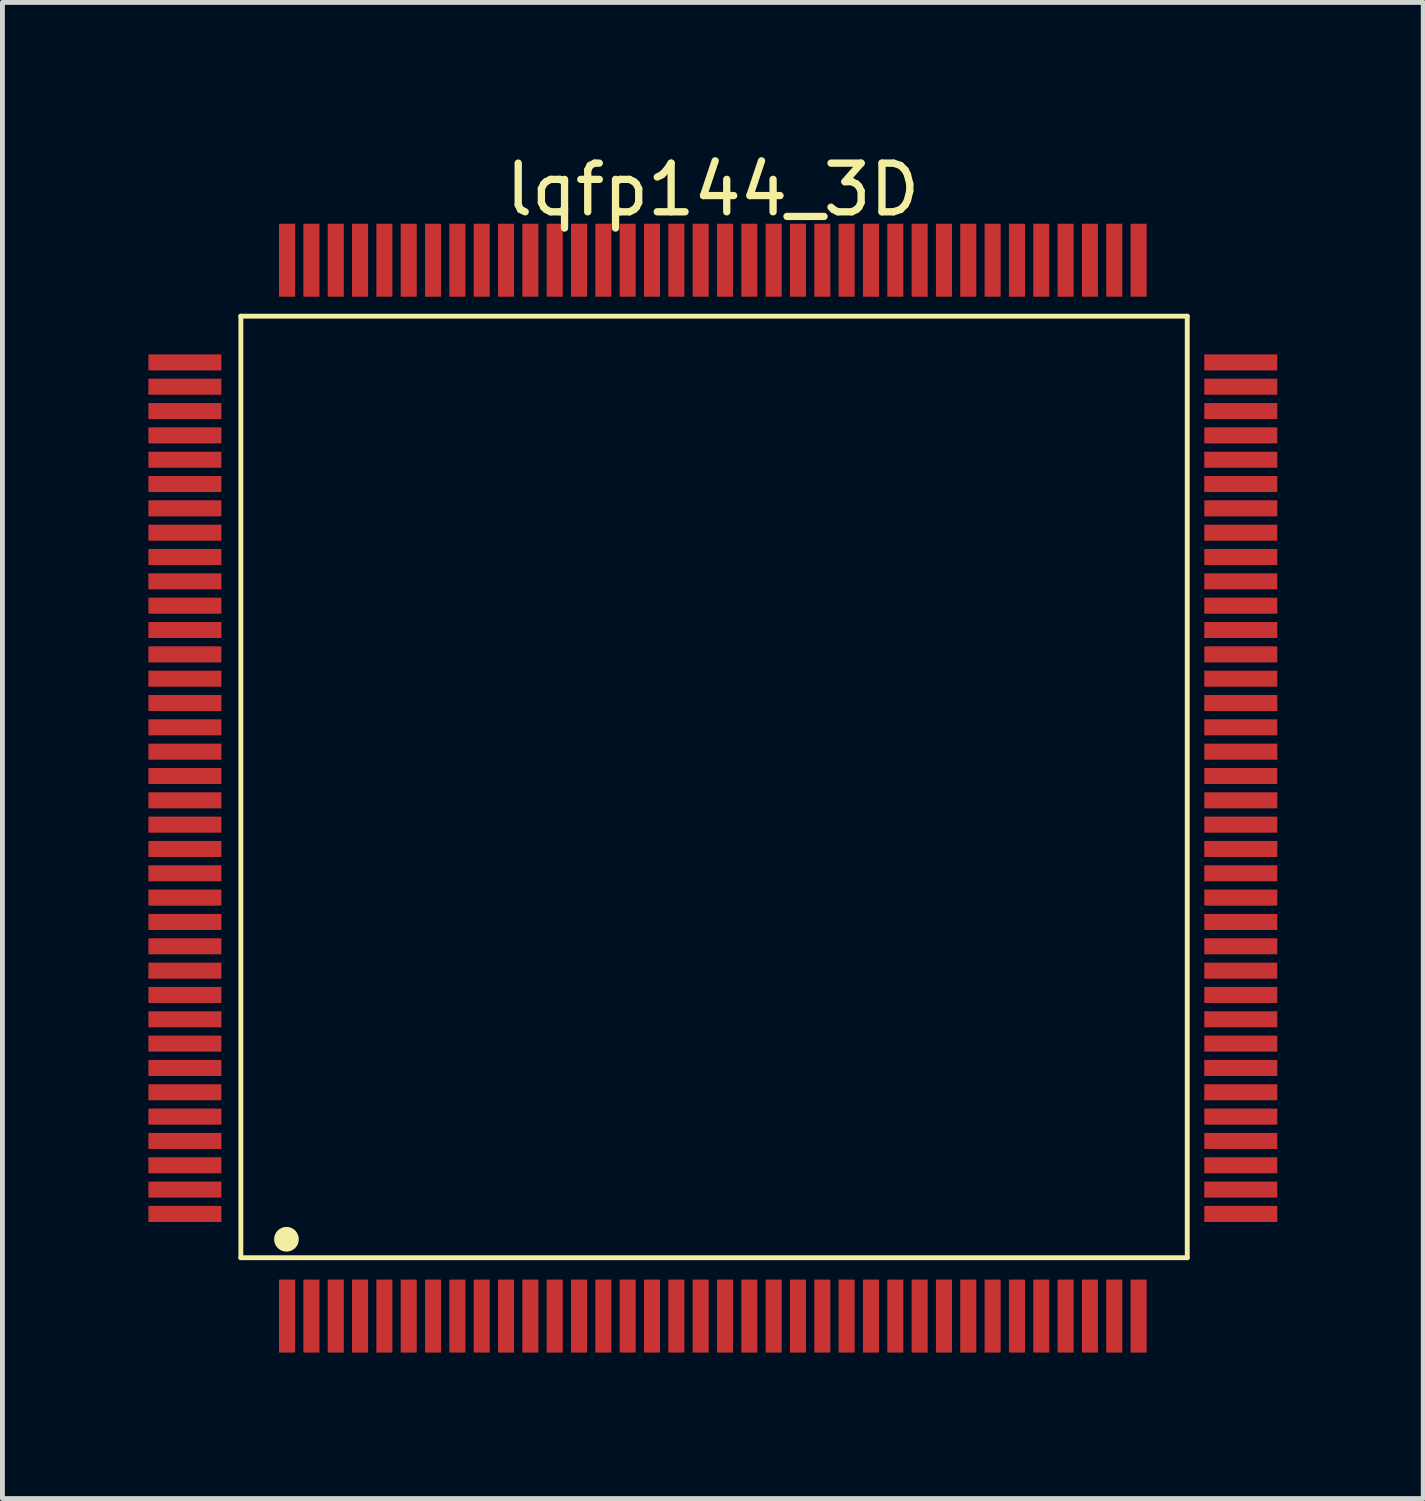
<source format=kicad_pcb>
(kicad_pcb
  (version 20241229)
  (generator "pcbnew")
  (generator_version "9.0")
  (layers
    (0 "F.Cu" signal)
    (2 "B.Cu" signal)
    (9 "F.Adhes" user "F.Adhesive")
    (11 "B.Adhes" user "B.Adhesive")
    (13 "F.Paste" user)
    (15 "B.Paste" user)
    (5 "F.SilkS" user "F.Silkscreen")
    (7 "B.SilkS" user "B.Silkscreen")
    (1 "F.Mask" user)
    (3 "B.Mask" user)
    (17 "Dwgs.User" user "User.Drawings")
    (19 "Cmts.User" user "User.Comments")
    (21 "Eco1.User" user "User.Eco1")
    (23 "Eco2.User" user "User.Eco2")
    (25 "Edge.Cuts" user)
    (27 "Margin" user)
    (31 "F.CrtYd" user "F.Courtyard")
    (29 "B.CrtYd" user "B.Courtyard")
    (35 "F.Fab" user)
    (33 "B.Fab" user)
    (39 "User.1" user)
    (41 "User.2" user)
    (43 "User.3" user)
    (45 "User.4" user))
  (footprint "lqfp144_3D"
    (layer "F.Cu")
    (at 11.6 13.148)
    (property "Reference" "lqfp144_3D" (at 0 -12.3 0) (layer "F.SilkS") (effects (font (size 1 1) (thickness 0.15))))
    (fp_line (start -9.7 -9.7) (end 9.75 -9.7) (stroke (width 0.1) (type solid)) (layer "F.SilkS"))
    (fp_line (start -9.7 9.65) (end -9.7 -9.7) (stroke (width 0.1) (type solid)) (layer "F.SilkS"))
    (fp_line (start -9.7 9.65) (end 9.75 9.65) (stroke (width 0.1) (type solid)) (layer "F.SilkS"))
    (fp_line (start 9.75 9.65) (end 9.75 -9.7) (stroke (width 0.1) (type solid)) (layer "F.SilkS"))
    (fp_circle (center -8.763 9.271) (end -8.763 9.144) (stroke (width 0.254) (type solid)) (fill no) (layer "F.SilkS"))
    (pad "1" smd rect (at -8.75 10.85) (size 0.33 1.5) (layers "F.Cu" "F.Mask" "F.Paste"))
    (pad "2" smd rect (at -8.25 10.85) (size 0.33 1.5) (layers "F.Cu" "F.Mask" "F.Paste"))
    (pad "3" smd rect (at -7.75 10.85) (size 0.33 1.5) (layers "F.Cu" "F.Mask" "F.Paste"))
    (pad "4" smd rect (at -7.25 10.85) (size 0.33 1.5) (layers "F.Cu" "F.Mask" "F.Paste"))
    (pad "5" smd rect (at -6.75 10.85) (size 0.33 1.5) (layers "F.Cu" "F.Mask" "F.Paste"))
    (pad "6" smd rect (at -6.25 10.85) (size 0.33 1.5) (layers "F.Cu" "F.Mask" "F.Paste"))
    (pad "7" smd rect (at -5.75 10.85) (size 0.33 1.5) (layers "F.Cu" "F.Mask" "F.Paste"))
    (pad "8" smd rect (at -5.25 10.85) (size 0.33 1.5) (layers "F.Cu" "F.Mask" "F.Paste"))
    (pad "9" smd rect (at -4.75 10.85) (size 0.33 1.5) (layers "F.Cu" "F.Mask" "F.Paste"))
    (pad "10" smd rect (at -4.25 10.85) (size 0.33 1.5) (layers "F.Cu" "F.Mask" "F.Paste"))
    (pad "11" smd rect (at -3.75 10.85) (size 0.33 1.5) (layers "F.Cu" "F.Mask" "F.Paste"))
    (pad "12" smd rect (at -3.25 10.85) (size 0.33 1.5) (layers "F.Cu" "F.Mask" "F.Paste"))
    (pad "13" smd rect (at -2.75 10.85) (size 0.33 1.5) (layers "F.Cu" "F.Mask" "F.Paste"))
    (pad "14" smd rect (at -2.25 10.85) (size 0.33 1.5) (layers "F.Cu" "F.Mask" "F.Paste"))
    (pad "15" smd rect (at -1.75 10.85) (size 0.33 1.5) (layers "F.Cu" "F.Mask" "F.Paste"))
    (pad "16" smd rect (at -1.25 10.85) (size 0.33 1.5) (layers "F.Cu" "F.Mask" "F.Paste"))
    (pad "17" smd rect (at -0.75 10.85) (size 0.33 1.5) (layers "F.Cu" "F.Mask" "F.Paste"))
    (pad "18" smd rect (at -0.25 10.85) (size 0.33 1.5) (layers "F.Cu" "F.Mask" "F.Paste"))
    (pad "19" smd rect (at 0.25 10.85) (size 0.33 1.5) (layers "F.Cu" "F.Mask" "F.Paste"))
    (pad "20" smd rect (at 0.75 10.85) (size 0.33 1.5) (layers "F.Cu" "F.Mask" "F.Paste"))
    (pad "21" smd rect (at 1.25 10.85) (size 0.33 1.5) (layers "F.Cu" "F.Mask" "F.Paste"))
    (pad "22" smd rect (at 1.75 10.85) (size 0.33 1.5) (layers "F.Cu" "F.Mask" "F.Paste"))
    (pad "23" smd rect (at 2.25 10.85) (size 0.33 1.5) (layers "F.Cu" "F.Mask" "F.Paste"))
    (pad "24" smd rect (at 2.75 10.85) (size 0.33 1.5) (layers "F.Cu" "F.Mask" "F.Paste"))
    (pad "25" smd rect (at 3.25 10.85) (size 0.33 1.5) (layers "F.Cu" "F.Mask" "F.Paste"))
    (pad "26" smd rect (at 3.75 10.85) (size 0.33 1.5) (layers "F.Cu" "F.Mask" "F.Paste"))
    (pad "27" smd rect (at 4.25 10.85) (size 0.33 1.5) (layers "F.Cu" "F.Mask" "F.Paste"))
    (pad "28" smd rect (at 4.75 10.85) (size 0.33 1.5) (layers "F.Cu" "F.Mask" "F.Paste"))
    (pad "29" smd rect (at 5.25 10.85) (size 0.33 1.5) (layers "F.Cu" "F.Mask" "F.Paste"))
    (pad "30" smd rect (at 5.75 10.85) (size 0.33 1.5) (layers "F.Cu" "F.Mask" "F.Paste"))
    (pad "31" smd rect (at 6.25 10.85) (size 0.33 1.5) (layers "F.Cu" "F.Mask" "F.Paste"))
    (pad "32" smd rect (at 6.75 10.85) (size 0.33 1.5) (layers "F.Cu" "F.Mask" "F.Paste"))
    (pad "33" smd rect (at 7.25 10.85) (size 0.33 1.5) (layers "F.Cu" "F.Mask" "F.Paste"))
    (pad "34" smd rect (at 7.75 10.85) (size 0.33 1.5) (layers "F.Cu" "F.Mask" "F.Paste"))
    (pad "35" smd rect (at 8.25 10.85) (size 0.33 1.5) (layers "F.Cu" "F.Mask" "F.Paste"))
    (pad "36" smd rect (at 8.75 10.85) (size 0.33 1.5) (layers "F.Cu" "F.Mask" "F.Paste"))
    (pad "37" smd rect (at 10.85 8.75 90) (size 0.33 1.5) (layers "F.Cu" "F.Mask" "F.Paste"))
    (pad "38" smd rect (at 10.85 8.25 90) (size 0.33 1.5) (layers "F.Cu" "F.Mask" "F.Paste"))
    (pad "39" smd rect (at 10.85 7.75 90) (size 0.33 1.5) (layers "F.Cu" "F.Mask" "F.Paste"))
    (pad "40" smd rect (at 10.85 7.25 90) (size 0.33 1.5) (layers "F.Cu" "F.Mask" "F.Paste"))
    (pad "41" smd rect (at 10.85 6.75 90) (size 0.33 1.5) (layers "F.Cu" "F.Mask" "F.Paste"))
    (pad "42" smd rect (at 10.85 6.25 90) (size 0.33 1.5) (layers "F.Cu" "F.Mask" "F.Paste"))
    (pad "43" smd rect (at 10.85 5.75 90) (size 0.33 1.5) (layers "F.Cu" "F.Mask" "F.Paste"))
    (pad "44" smd rect (at 10.85 5.25 90) (size 0.33 1.5) (layers "F.Cu" "F.Mask" "F.Paste"))
    (pad "45" smd rect (at 10.85 4.75 90) (size 0.33 1.5) (layers "F.Cu" "F.Mask" "F.Paste"))
    (pad "46" smd rect (at 10.85 4.25 90) (size 0.33 1.5) (layers "F.Cu" "F.Mask" "F.Paste"))
    (pad "47" smd rect (at 10.85 3.75 90) (size 0.33 1.5) (layers "F.Cu" "F.Mask" "F.Paste"))
    (pad "48" smd rect (at 10.85 3.25 90) (size 0.33 1.5) (layers "F.Cu" "F.Mask" "F.Paste"))
    (pad "49" smd rect (at 10.85 2.75 90) (size 0.33 1.5) (layers "F.Cu" "F.Mask" "F.Paste"))
    (pad "50" smd rect (at 10.85 2.25 90) (size 0.33 1.5) (layers "F.Cu" "F.Mask" "F.Paste"))
    (pad "51" smd rect (at 10.85 1.75 90) (size 0.33 1.5) (layers "F.Cu" "F.Mask" "F.Paste"))
    (pad "52" smd rect (at 10.85 1.25 90) (size 0.33 1.5) (layers "F.Cu" "F.Mask" "F.Paste"))
    (pad "53" smd rect (at 10.85 0.75 90) (size 0.33 1.5) (layers "F.Cu" "F.Mask" "F.Paste"))
    (pad "54" smd rect (at 10.85 0.25 90) (size 0.33 1.5) (layers "F.Cu" "F.Mask" "F.Paste"))
    (pad "55" smd rect (at 10.85 -0.25 90) (size 0.33 1.5) (layers "F.Cu" "F.Mask" "F.Paste"))
    (pad "56" smd rect (at 10.85 -0.75 90) (size 0.33 1.5) (layers "F.Cu" "F.Mask" "F.Paste"))
    (pad "57" smd rect (at 10.85 -1.25 90) (size 0.33 1.5) (layers "F.Cu" "F.Mask" "F.Paste"))
    (pad "58" smd rect (at 10.85 -1.75 90) (size 0.33 1.5) (layers "F.Cu" "F.Mask" "F.Paste"))
    (pad "59" smd rect (at 10.85 -2.25 90) (size 0.33 1.5) (layers "F.Cu" "F.Mask" "F.Paste"))
    (pad "60" smd rect (at 10.85 -2.75 90) (size 0.33 1.5) (layers "F.Cu" "F.Mask" "F.Paste"))
    (pad "61" smd rect (at 10.85 -3.25 90) (size 0.33 1.5) (layers "F.Cu" "F.Mask" "F.Paste"))
    (pad "62" smd rect (at 10.85 -3.75 90) (size 0.33 1.5) (layers "F.Cu" "F.Mask" "F.Paste"))
    (pad "63" smd rect (at 10.85 -4.25 90) (size 0.33 1.5) (layers "F.Cu" "F.Mask" "F.Paste"))
    (pad "64" smd rect (at 10.85 -4.75 90) (size 0.33 1.5) (layers "F.Cu" "F.Mask" "F.Paste"))
    (pad "65" smd rect (at 10.85 -5.25 90) (size 0.33 1.5) (layers "F.Cu" "F.Mask" "F.Paste"))
    (pad "66" smd rect (at 10.85 -5.75 90) (size 0.33 1.5) (layers "F.Cu" "F.Mask" "F.Paste"))
    (pad "67" smd rect (at 10.85 -6.25 90) (size 0.33 1.5) (layers "F.Cu" "F.Mask" "F.Paste"))
    (pad "68" smd rect (at 10.85 -6.75 90) (size 0.33 1.5) (layers "F.Cu" "F.Mask" "F.Paste"))
    (pad "69" smd rect (at 10.85 -7.25 90) (size 0.33 1.5) (layers "F.Cu" "F.Mask" "F.Paste"))
    (pad "70" smd rect (at 10.85 -7.75 90) (size 0.33 1.5) (layers "F.Cu" "F.Mask" "F.Paste"))
    (pad "71" smd rect (at 10.85 -8.25 90) (size 0.33 1.5) (layers "F.Cu" "F.Mask" "F.Paste"))
    (pad "72" smd rect (at 10.85 -8.75 90) (size 0.33 1.5) (layers "F.Cu" "F.Mask" "F.Paste"))
    (pad "73" smd rect (at 8.75 -10.85) (size 0.33 1.5) (layers "F.Cu" "F.Mask" "F.Paste"))
    (pad "74" smd rect (at 8.25 -10.85) (size 0.33 1.5) (layers "F.Cu" "F.Mask" "F.Paste"))
    (pad "75" smd rect (at 7.75 -10.85) (size 0.33 1.5) (layers "F.Cu" "F.Mask" "F.Paste"))
    (pad "76" smd rect (at 7.25 -10.85) (size 0.33 1.5) (layers "F.Cu" "F.Mask" "F.Paste"))
    (pad "77" smd rect (at 6.75 -10.85) (size 0.33 1.5) (layers "F.Cu" "F.Mask" "F.Paste"))
    (pad "78" smd rect (at 6.25 -10.85) (size 0.33 1.5) (layers "F.Cu" "F.Mask" "F.Paste"))
    (pad "79" smd rect (at 5.75 -10.85) (size 0.33 1.5) (layers "F.Cu" "F.Mask" "F.Paste"))
    (pad "80" smd rect (at 5.25 -10.85) (size 0.33 1.5) (layers "F.Cu" "F.Mask" "F.Paste"))
    (pad "81" smd rect (at 4.75 -10.85) (size 0.33 1.5) (layers "F.Cu" "F.Mask" "F.Paste"))
    (pad "82" smd rect (at 4.25 -10.85) (size 0.33 1.5) (layers "F.Cu" "F.Mask" "F.Paste"))
    (pad "83" smd rect (at 3.75 -10.85) (size 0.33 1.5) (layers "F.Cu" "F.Mask" "F.Paste"))
    (pad "84" smd rect (at 3.25 -10.85) (size 0.33 1.5) (layers "F.Cu" "F.Mask" "F.Paste"))
    (pad "85" smd rect (at 2.75 -10.85) (size 0.33 1.5) (layers "F.Cu" "F.Mask" "F.Paste"))
    (pad "86" smd rect (at 2.25 -10.85) (size 0.33 1.5) (layers "F.Cu" "F.Mask" "F.Paste"))
    (pad "87" smd rect (at 1.75 -10.85) (size 0.33 1.5) (layers "F.Cu" "F.Mask" "F.Paste"))
    (pad "88" smd rect (at 1.25 -10.85) (size 0.33 1.5) (layers "F.Cu" "F.Mask" "F.Paste"))
    (pad "89" smd rect (at 0.75 -10.85) (size 0.33 1.5) (layers "F.Cu" "F.Mask" "F.Paste"))
    (pad "90" smd rect (at 0.25 -10.85) (size 0.33 1.5) (layers "F.Cu" "F.Mask" "F.Paste"))
    (pad "91" smd rect (at -0.25 -10.85) (size 0.33 1.5) (layers "F.Cu" "F.Mask" "F.Paste"))
    (pad "92" smd rect (at -0.75 -10.85) (size 0.33 1.5) (layers "F.Cu" "F.Mask" "F.Paste"))
    (pad "93" smd rect (at -1.25 -10.85) (size 0.33 1.5) (layers "F.Cu" "F.Mask" "F.Paste"))
    (pad "94" smd rect (at -1.75 -10.85) (size 0.33 1.5) (layers "F.Cu" "F.Mask" "F.Paste"))
    (pad "95" smd rect (at -2.25 -10.85) (size 0.33 1.5) (layers "F.Cu" "F.Mask" "F.Paste"))
    (pad "96" smd rect (at -2.75 -10.85) (size 0.33 1.5) (layers "F.Cu" "F.Mask" "F.Paste"))
    (pad "97" smd rect (at -3.25 -10.85) (size 0.33 1.5) (layers "F.Cu" "F.Mask" "F.Paste"))
    (pad "98" smd rect (at -3.75 -10.85) (size 0.33 1.5) (layers "F.Cu" "F.Mask" "F.Paste"))
    (pad "99" smd rect (at -4.25 -10.85) (size 0.33 1.5) (layers "F.Cu" "F.Mask" "F.Paste"))
    (pad "100" smd rect (at -4.75 -10.85) (size 0.33 1.5) (layers "F.Cu" "F.Mask" "F.Paste"))
    (pad "101" smd rect (at -5.25 -10.85) (size 0.33 1.5) (layers "F.Cu" "F.Mask" "F.Paste"))
    (pad "102" smd rect (at -5.75 -10.85) (size 0.33 1.5) (layers "F.Cu" "F.Mask" "F.Paste"))
    (pad "103" smd rect (at -6.25 -10.85) (size 0.33 1.5) (layers "F.Cu" "F.Mask" "F.Paste"))
    (pad "104" smd rect (at -6.75 -10.85) (size 0.33 1.5) (layers "F.Cu" "F.Mask" "F.Paste"))
    (pad "105" smd rect (at -7.25 -10.85) (size 0.33 1.5) (layers "F.Cu" "F.Mask" "F.Paste"))
    (pad "106" smd rect (at -7.75 -10.85) (size 0.33 1.5) (layers "F.Cu" "F.Mask" "F.Paste"))
    (pad "107" smd rect (at -8.25 -10.85) (size 0.33 1.5) (layers "F.Cu" "F.Mask" "F.Paste"))
    (pad "108" smd rect (at -8.75 -10.85) (size 0.33 1.5) (layers "F.Cu" "F.Mask" "F.Paste"))
    (pad "109" smd rect (at -10.85 -8.75 90) (size 0.33 1.5) (layers "F.Cu" "F.Mask" "F.Paste"))
    (pad "110" smd rect (at -10.85 -8.25 90) (size 0.33 1.5) (layers "F.Cu" "F.Mask" "F.Paste"))
    (pad "111" smd rect (at -10.85 -7.75 90) (size 0.33 1.5) (layers "F.Cu" "F.Mask" "F.Paste"))
    (pad "112" smd rect (at -10.85 -7.25 90) (size 0.33 1.5) (layers "F.Cu" "F.Mask" "F.Paste"))
    (pad "113" smd rect (at -10.85 -6.75 90) (size 0.33 1.5) (layers "F.Cu" "F.Mask" "F.Paste"))
    (pad "114" smd rect (at -10.85 -6.25 90) (size 0.33 1.5) (layers "F.Cu" "F.Mask" "F.Paste"))
    (pad "115" smd rect (at -10.85 -5.75 90) (size 0.33 1.5) (layers "F.Cu" "F.Mask" "F.Paste"))
    (pad "116" smd rect (at -10.85 -5.25 90) (size 0.33 1.5) (layers "F.Cu" "F.Mask" "F.Paste"))
    (pad "117" smd rect (at -10.85 -4.75 90) (size 0.33 1.5) (layers "F.Cu" "F.Mask" "F.Paste"))
    (pad "118" smd rect (at -10.85 -4.25 90) (size 0.33 1.5) (layers "F.Cu" "F.Mask" "F.Paste"))
    (pad "119" smd rect (at -10.85 -3.75 90) (size 0.33 1.5) (layers "F.Cu" "F.Mask" "F.Paste"))
    (pad "120" smd rect (at -10.85 -3.25 90) (size 0.33 1.5) (layers "F.Cu" "F.Mask" "F.Paste"))
    (pad "121" smd rect (at -10.85 -2.75 90) (size 0.33 1.5) (layers "F.Cu" "F.Mask" "F.Paste"))
    (pad "122" smd rect (at -10.85 -2.25 90) (size 0.33 1.5) (layers "F.Cu" "F.Mask" "F.Paste"))
    (pad "123" smd rect (at -10.85 -1.75 90) (size 0.33 1.5) (layers "F.Cu" "F.Mask" "F.Paste"))
    (pad "124" smd rect (at -10.85 -1.25 90) (size 0.33 1.5) (layers "F.Cu" "F.Mask" "F.Paste"))
    (pad "125" smd rect (at -10.85 -0.75 90) (size 0.33 1.5) (layers "F.Cu" "F.Mask" "F.Paste"))
    (pad "126" smd rect (at -10.85 -0.25 90) (size 0.33 1.5) (layers "F.Cu" "F.Mask" "F.Paste"))
    (pad "127" smd rect (at -10.85 0.25 90) (size 0.33 1.5) (layers "F.Cu" "F.Mask" "F.Paste"))
    (pad "128" smd rect (at -10.85 0.75 90) (size 0.33 1.5) (layers "F.Cu" "F.Mask" "F.Paste"))
    (pad "129" smd rect (at -10.85 1.25 90) (size 0.33 1.5) (layers "F.Cu" "F.Mask" "F.Paste"))
    (pad "130" smd rect (at -10.85 1.75 90) (size 0.33 1.5) (layers "F.Cu" "F.Mask" "F.Paste"))
    (pad "131" smd rect (at -10.85 2.25 90) (size 0.33 1.5) (layers "F.Cu" "F.Mask" "F.Paste"))
    (pad "132" smd rect (at -10.85 2.75 90) (size 0.33 1.5) (layers "F.Cu" "F.Mask" "F.Paste"))
    (pad "133" smd rect (at -10.85 3.25 90) (size 0.33 1.5) (layers "F.Cu" "F.Mask" "F.Paste"))
    (pad "134" smd rect (at -10.85 3.75 90) (size 0.33 1.5) (layers "F.Cu" "F.Mask" "F.Paste"))
    (pad "135" smd rect (at -10.85 4.25 90) (size 0.33 1.5) (layers "F.Cu" "F.Mask" "F.Paste"))
    (pad "136" smd rect (at -10.85 4.75 90) (size 0.33 1.5) (layers "F.Cu" "F.Mask" "F.Paste"))
    (pad "137" smd rect (at -10.85 5.25 90) (size 0.33 1.5) (layers "F.Cu" "F.Mask" "F.Paste"))
    (pad "138" smd rect (at -10.85 5.75 90) (size 0.33 1.5) (layers "F.Cu" "F.Mask" "F.Paste"))
    (pad "139" smd rect (at -10.85 6.25 90) (size 0.33 1.5) (layers "F.Cu" "F.Mask" "F.Paste"))
    (pad "140" smd rect (at -10.85 6.75 90) (size 0.33 1.5) (layers "F.Cu" "F.Mask" "F.Paste"))
    (pad "141" smd rect (at -10.85 7.25 90) (size 0.33 1.5) (layers "F.Cu" "F.Mask" "F.Paste"))
    (pad "142" smd rect (at -10.85 7.75 90) (size 0.33 1.5) (layers "F.Cu" "F.Mask" "F.Paste"))
    (pad "143" smd rect (at -10.85 8.25 90) (size 0.33 1.5) (layers "F.Cu" "F.Mask" "F.Paste"))
    (pad "144" smd rect (at -10.85 8.75 90) (size 0.33 1.5) (layers "F.Cu" "F.Mask" "F.Paste")))
  (gr_rect
    (start -3 -3)
    (end 26.2 27.748)
    (stroke (width 0.1) (type default))
    (fill no)
    (layer "Edge.Cuts")))
</source>
